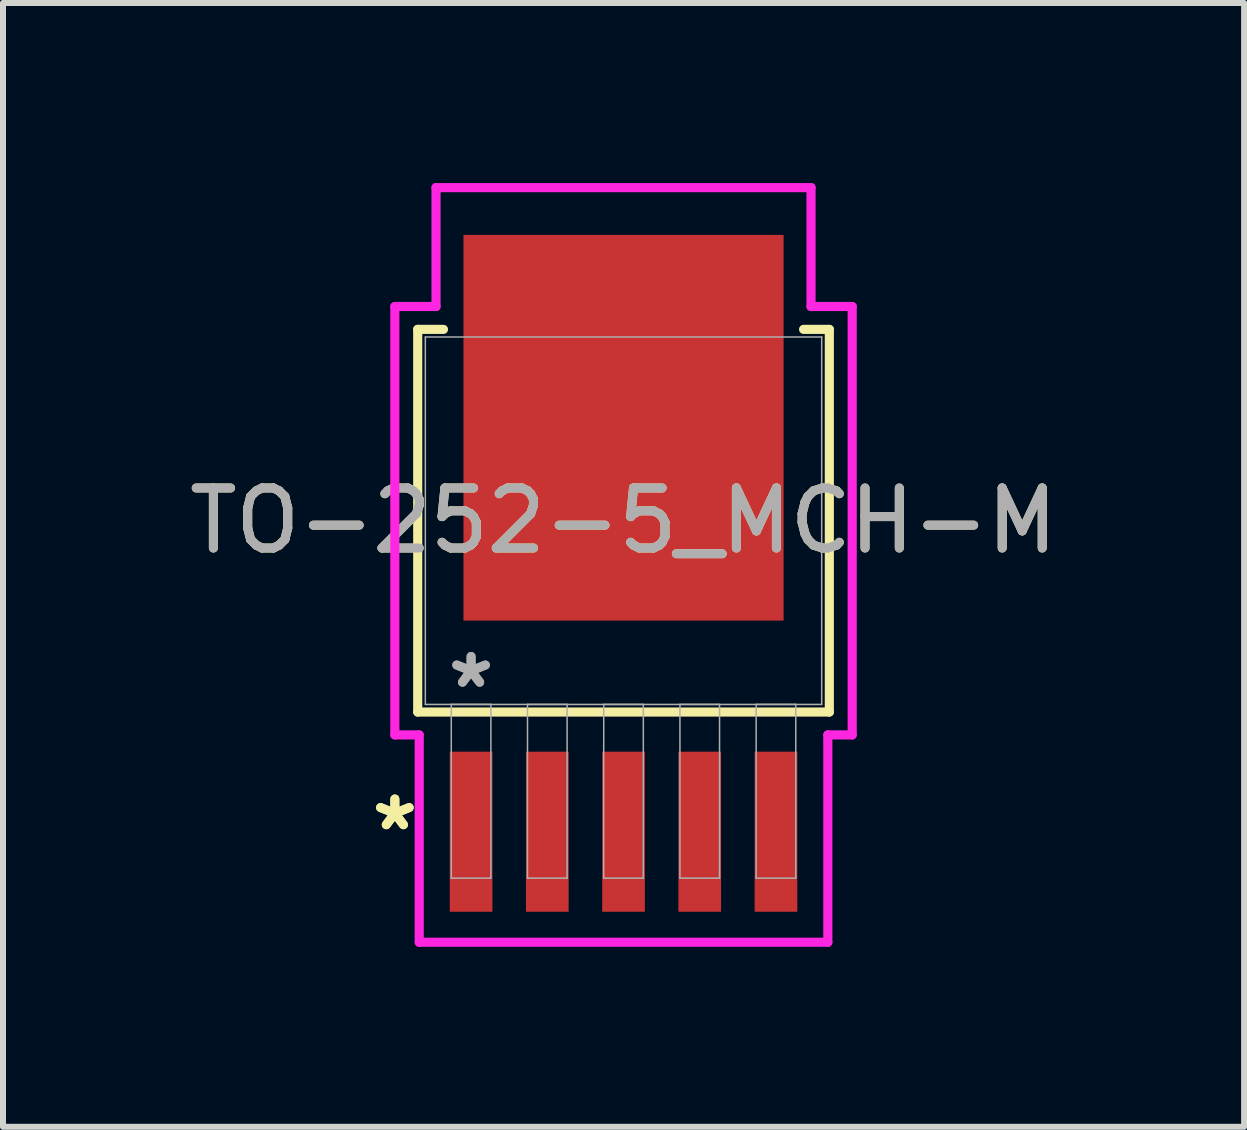
<source format=kicad_pcb>
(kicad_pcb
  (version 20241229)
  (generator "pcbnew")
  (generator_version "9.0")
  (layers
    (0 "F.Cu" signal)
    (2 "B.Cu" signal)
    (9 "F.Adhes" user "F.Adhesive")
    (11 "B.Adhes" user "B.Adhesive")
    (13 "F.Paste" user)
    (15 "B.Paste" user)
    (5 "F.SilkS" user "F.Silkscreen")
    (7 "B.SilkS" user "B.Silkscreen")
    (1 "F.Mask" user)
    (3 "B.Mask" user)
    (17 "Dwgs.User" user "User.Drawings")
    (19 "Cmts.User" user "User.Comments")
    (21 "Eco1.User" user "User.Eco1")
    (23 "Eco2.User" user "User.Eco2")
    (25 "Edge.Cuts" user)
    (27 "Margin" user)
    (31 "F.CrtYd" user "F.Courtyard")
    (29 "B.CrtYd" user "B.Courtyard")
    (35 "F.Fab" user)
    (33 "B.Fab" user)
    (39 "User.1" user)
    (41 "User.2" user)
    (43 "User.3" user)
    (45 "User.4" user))
  (footprint "TO-252-5_MCH-M"
    (layer "F.Cu")
    (at 7.339 5.626)
    (property "Reference" "TO-252-5_MCH-M" (at 0 0 0) (unlocked yes) (layer "F.SilkS") (effects (font (size 1 1) (thickness 0.15))))
    (attr smd)
    (fp_line (start -3.429 -3.188) (end -3.429 3.188) (stroke (width 0.152) (type solid)) (layer "F.SilkS"))
    (fp_line (start -3.429 3.188) (end 3.429 3.188) (stroke (width 0.152) (type solid)) (layer "F.SilkS"))
    (fp_line (start -3 -3.188) (end -3.429 -3.188) (stroke (width 0.152) (type solid)) (layer "F.SilkS"))
    (fp_line (start 3.429 -3.188) (end 3 -3.188) (stroke (width 0.152) (type solid)) (layer "F.SilkS"))
    (fp_line (start 3.429 3.188) (end 3.429 -3.188) (stroke (width 0.152) (type solid)) (layer "F.SilkS"))
    (fp_line (start -3.81 -3.569) (end -3.124 -3.569) (stroke (width 0.152) (type solid)) (layer "F.CrtYd"))
    (fp_line (start -3.81 3.569) (end -3.81 -3.569) (stroke (width 0.152) (type solid)) (layer "F.CrtYd"))
    (fp_line (start -3.404 3.569) (end -3.81 3.569) (stroke (width 0.152) (type solid)) (layer "F.CrtYd"))
    (fp_line (start -3.404 7.023) (end -3.404 3.569) (stroke (width 0.152) (type solid)) (layer "F.CrtYd"))
    (fp_line (start -3.124 -5.55) (end 3.124 -5.55) (stroke (width 0.152) (type solid)) (layer "F.CrtYd"))
    (fp_line (start -3.124 -3.569) (end -3.124 -5.55) (stroke (width 0.152) (type solid)) (layer "F.CrtYd"))
    (fp_line (start 3.124 -5.55) (end 3.124 -3.569) (stroke (width 0.152) (type solid)) (layer "F.CrtYd"))
    (fp_line (start 3.124 -3.569) (end 3.81 -3.569) (stroke (width 0.152) (type solid)) (layer "F.CrtYd"))
    (fp_line (start 3.404 3.569) (end 3.404 7.023) (stroke (width 0.152) (type solid)) (layer "F.CrtYd"))
    (fp_line (start 3.404 7.023) (end -3.404 7.023) (stroke (width 0.152) (type solid)) (layer "F.CrtYd"))
    (fp_line (start 3.81 -3.569) (end 3.81 3.569) (stroke (width 0.152) (type solid)) (layer "F.CrtYd"))
    (fp_line (start 3.81 3.569) (end 3.404 3.569) (stroke (width 0.152) (type solid)) (layer "F.CrtYd"))
    (fp_line (start -3.302 -3.061) (end -3.302 3.061) (stroke (width 0.025) (type solid)) (layer "F.Fab"))
    (fp_line (start -3.302 3.061) (end 3.302 3.061) (stroke (width 0.025) (type solid)) (layer "F.Fab"))
    (fp_line (start -2.87 3.061) (end -2.87 5.956) (stroke (width 0.025) (type solid)) (layer "F.Fab"))
    (fp_line (start -2.87 5.956) (end -2.21 5.956) (stroke (width 0.025) (type solid)) (layer "F.Fab"))
    (fp_line (start -2.21 3.061) (end -2.87 3.061) (stroke (width 0.025) (type solid)) (layer "F.Fab"))
    (fp_line (start -2.21 5.956) (end -2.21 3.061) (stroke (width 0.025) (type solid)) (layer "F.Fab"))
    (fp_line (start -1.6 3.061) (end -1.6 5.956) (stroke (width 0.025) (type solid)) (layer "F.Fab"))
    (fp_line (start -1.6 5.956) (end -0.94 5.956) (stroke (width 0.025) (type solid)) (layer "F.Fab"))
    (fp_line (start -0.94 3.061) (end -1.6 3.061) (stroke (width 0.025) (type solid)) (layer "F.Fab"))
    (fp_line (start -0.94 5.956) (end -0.94 3.061) (stroke (width 0.025) (type solid)) (layer "F.Fab"))
    (fp_line (start -0.33 3.061) (end -0.33 5.956) (stroke (width 0.025) (type solid)) (layer "F.Fab"))
    (fp_line (start -0.33 5.956) (end 0.33 5.956) (stroke (width 0.025) (type solid)) (layer "F.Fab"))
    (fp_line (start 0.33 3.061) (end -0.33 3.061) (stroke (width 0.025) (type solid)) (layer "F.Fab"))
    (fp_line (start 0.33 5.956) (end 0.33 3.061) (stroke (width 0.025) (type solid)) (layer "F.Fab"))
    (fp_line (start 0.94 3.061) (end 0.94 5.956) (stroke (width 0.025) (type solid)) (layer "F.Fab"))
    (fp_line (start 0.94 5.956) (end 1.6 5.956) (stroke (width 0.025) (type solid)) (layer "F.Fab"))
    (fp_line (start 1.6 3.061) (end 0.94 3.061) (stroke (width 0.025) (type solid)) (layer "F.Fab"))
    (fp_line (start 1.6 5.956) (end 1.6 3.061) (stroke (width 0.025) (type solid)) (layer "F.Fab"))
    (fp_line (start 2.21 3.061) (end 2.21 5.956) (stroke (width 0.025) (type solid)) (layer "F.Fab"))
    (fp_line (start 2.21 5.956) (end 2.87 5.956) (stroke (width 0.025) (type solid)) (layer "F.Fab"))
    (fp_line (start 2.87 3.061) (end 2.21 3.061) (stroke (width 0.025) (type solid)) (layer "F.Fab"))
    (fp_line (start 2.87 5.956) (end 2.87 3.061) (stroke (width 0.025) (type solid)) (layer "F.Fab"))
    (fp_line (start 3.302 -3.061) (end -3.302 -3.061) (stroke (width 0.025) (type solid)) (layer "F.Fab"))
    (fp_line (start 3.302 3.061) (end 3.302 -3.061) (stroke (width 0.025) (type solid)) (layer "F.Fab"))
    (fp_text user "*" (at -3.81 5.182 0) (unlocked yes) (layer "F.SilkS") (effects (font (size 1 1) (thickness 0.15))))
    (fp_text user "*" (at -3.81 5.182 0) (layer "F.SilkS") (effects (font (size 1 1) (thickness 0.15))))
    (fp_text user "*" (at -2.54 2.807 0) (layer "F.Fab") (effects (font (size 1 1) (thickness 0.15))))
    (fp_text user "${REFERENCE}" (at 0 0 0) (unlocked yes) (layer "F.Fab") (effects (font (size 1 1) (thickness 0.15))))
    (fp_text user "*" (at -2.54 2.807 0) (unlocked yes) (layer "F.Fab") (effects (font (size 1 1) (thickness 0.15))))
    (pad "1" smd rect (at -2.54 5.182) (size 0.711 2.667) (layers "F.Cu" "F.Mask" "F.Paste"))
    (pad "2" smd rect (at -1.27 5.182) (size 0.711 2.667) (layers "F.Cu" "F.Mask" "F.Paste"))
    (pad "3" smd rect (at 0 5.182) (size 0.711 2.667) (layers "F.Cu" "F.Mask" "F.Paste"))
    (pad "4" smd rect (at 1.27 5.182) (size 0.711 2.667) (layers "F.Cu" "F.Mask" "F.Paste"))
    (pad "5" smd rect (at 2.54 5.182) (size 0.711 2.667) (layers "F.Cu" "F.Mask" "F.Paste"))
    (pad "6" smd rect (at 0 -1.549) (size 5.334 6.426) (layers "F.Cu" "F.Mask" "F.Paste")))
  (gr_rect
    (start -3 -3)
    (end 17.679 15.725)
    (stroke (width 0.1) (type default))
    (fill no)
    (layer "Edge.Cuts")))
</source>
